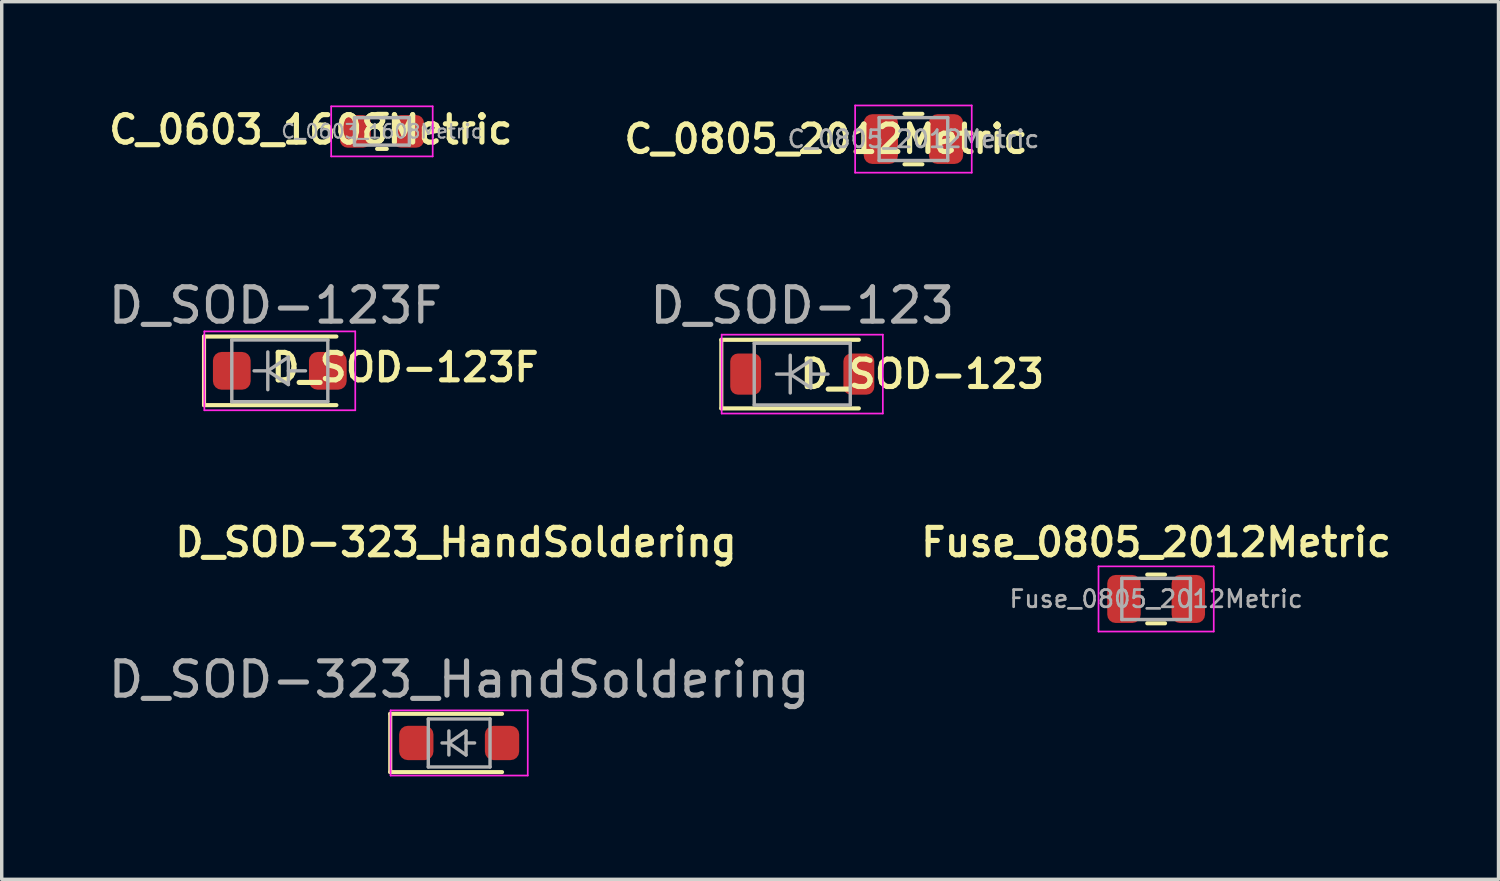
<source format=kicad_pcb>
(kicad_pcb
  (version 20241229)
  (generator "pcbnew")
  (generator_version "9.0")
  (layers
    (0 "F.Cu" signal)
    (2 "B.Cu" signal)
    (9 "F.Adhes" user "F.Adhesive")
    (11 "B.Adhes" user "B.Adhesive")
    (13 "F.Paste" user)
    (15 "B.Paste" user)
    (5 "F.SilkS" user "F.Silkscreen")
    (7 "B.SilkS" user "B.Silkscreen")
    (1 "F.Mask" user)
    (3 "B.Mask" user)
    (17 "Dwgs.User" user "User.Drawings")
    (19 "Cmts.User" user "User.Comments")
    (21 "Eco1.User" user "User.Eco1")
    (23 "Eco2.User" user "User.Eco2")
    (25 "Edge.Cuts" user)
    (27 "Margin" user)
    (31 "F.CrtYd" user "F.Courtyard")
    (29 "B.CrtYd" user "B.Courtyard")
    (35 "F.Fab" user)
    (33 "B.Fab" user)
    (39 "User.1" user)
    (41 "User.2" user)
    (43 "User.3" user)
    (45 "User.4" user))
  (footprint "C_0805_2012Metric"
    (layer "F.Cu")
    (at 23.585 1.005)
    (property "Reference" "C_0805_2012Metric" (at -2.55 0 0) (layer "F.SilkS") (effects (font (size 0.8 0.8) (thickness 0.15))))
    (attr smd)
    (fp_line (start -0.261 -0.735) (end 0.261 -0.735) (stroke (width 0.12) (type solid)) (layer "F.SilkS"))
    (fp_line (start -0.261 0.735) (end 0.261 0.735) (stroke (width 0.12) (type solid)) (layer "F.SilkS"))
    (fp_line (start -1.7 -0.98) (end 1.7 -0.98) (stroke (width 0.05) (type solid)) (layer "F.CrtYd"))
    (fp_line (start -1.7 0.98) (end -1.7 -0.98) (stroke (width 0.05) (type solid)) (layer "F.CrtYd"))
    (fp_line (start 1.7 -0.98) (end 1.7 0.98) (stroke (width 0.05) (type solid)) (layer "F.CrtYd"))
    (fp_line (start 1.7 0.98) (end -1.7 0.98) (stroke (width 0.05) (type solid)) (layer "F.CrtYd"))
    (fp_line (start -1 -0.625) (end 1 -0.625) (stroke (width 0.1) (type solid)) (layer "F.Fab"))
    (fp_line (start -1 0.625) (end -1 -0.625) (stroke (width 0.1) (type solid)) (layer "F.Fab"))
    (fp_line (start 1 -0.625) (end 1 0.625) (stroke (width 0.1) (type solid)) (layer "F.Fab"))
    (fp_line (start 1 0.625) (end -1 0.625) (stroke (width 0.1) (type solid)) (layer "F.Fab"))
    (fp_text user "${REFERENCE}" (at 0 0 0) (layer "F.Fab") (effects (font (size 0.5 0.5) (thickness 0.08))))
    (pad "1" smd roundrect (at -0.95 0) (size 1 1.45) (layers "F.Cu" "F.Mask" "F.Paste") (roundrect_rratio 0.25))
    (pad "2" smd roundrect (at 0.95 0) (size 1 1.45) (layers "F.Cu" "F.Mask" "F.Paste") (roundrect_rratio 0.25)))
  (footprint "C_0603_1608Metric"
    (layer "F.Cu")
    (at 8.087 0.781)
    (property "Reference" "C_0603_1608Metric" (at -2.075 -0.05 0) (layer "F.SilkS") (effects (font (size 0.8 0.8) (thickness 0.15))))
    (attr smd)
    (fp_line (start -0.141 -0.51) (end 0.141 -0.51) (stroke (width 0.12) (type solid)) (layer "F.SilkS"))
    (fp_line (start -0.141 0.51) (end 0.141 0.51) (stroke (width 0.12) (type solid)) (layer "F.SilkS"))
    (fp_line (start -1.48 -0.73) (end 1.48 -0.73) (stroke (width 0.05) (type solid)) (layer "F.CrtYd"))
    (fp_line (start -1.48 0.73) (end -1.48 -0.73) (stroke (width 0.05) (type solid)) (layer "F.CrtYd"))
    (fp_line (start 1.48 -0.73) (end 1.48 0.73) (stroke (width 0.05) (type solid)) (layer "F.CrtYd"))
    (fp_line (start 1.48 0.73) (end -1.48 0.73) (stroke (width 0.05) (type solid)) (layer "F.CrtYd"))
    (fp_line (start -0.8 -0.4) (end 0.8 -0.4) (stroke (width 0.1) (type solid)) (layer "F.Fab"))
    (fp_line (start -0.8 0.4) (end -0.8 -0.4) (stroke (width 0.1) (type solid)) (layer "F.Fab"))
    (fp_line (start 0.8 -0.4) (end 0.8 0.4) (stroke (width 0.1) (type solid)) (layer "F.Fab"))
    (fp_line (start 0.8 0.4) (end -0.8 0.4) (stroke (width 0.1) (type solid)) (layer "F.Fab"))
    (fp_text user "${REFERENCE}" (at 0 0 0) (layer "F.Fab") (effects (font (size 0.4 0.4) (thickness 0.06))))
    (pad "1" smd roundrect (at -0.775 0) (size 0.9 0.95) (layers "F.Cu" "F.Mask" "F.Paste") (roundrect_rratio 0.25))
    (pad "2" smd roundrect (at 0.775 0) (size 0.9 0.95) (layers "F.Cu" "F.Mask" "F.Paste") (roundrect_rratio 0.25)))
  (footprint "D_SOD-323_HandSoldering"
    (layer "F.Cu")
    (at 10.339 18.614)
    (property "Reference" "D_SOD-323_HandSoldering" (at -0.092 -5.85 0) (layer "F.SilkS") (effects (font (size 0.8 0.8) (thickness 0.15))))
    (attr smd)
    (fp_line (start -2.01 -0.85) (end -2.01 0.85) (stroke (width 0.12) (type solid)) (layer "F.SilkS"))
    (fp_line (start -2.01 -0.85) (end 1.25 -0.85) (stroke (width 0.12) (type solid)) (layer "F.SilkS"))
    (fp_line (start -2.01 0.85) (end 1.25 0.85) (stroke (width 0.12) (type solid)) (layer "F.SilkS"))
    (fp_line (start -2 -0.95) (end -2 0.95) (stroke (width 0.05) (type solid)) (layer "F.CrtYd"))
    (fp_line (start -2 -0.95) (end 2 -0.95) (stroke (width 0.05) (type solid)) (layer "F.CrtYd"))
    (fp_line (start -2 0.95) (end 2 0.95) (stroke (width 0.05) (type solid)) (layer "F.CrtYd"))
    (fp_line (start 2 -0.95) (end 2 0.95) (stroke (width 0.05) (type solid)) (layer "F.CrtYd"))
    (fp_line (start -0.9 -0.7) (end 0.9 -0.7) (stroke (width 0.1) (type solid)) (layer "F.Fab"))
    (fp_line (start -0.9 0.7) (end -0.9 -0.7) (stroke (width 0.1) (type solid)) (layer "F.Fab"))
    (fp_line (start -0.3 -0.35) (end -0.3 0.35) (stroke (width 0.1) (type solid)) (layer "F.Fab"))
    (fp_line (start -0.3 0) (end -0.5 0) (stroke (width 0.1) (type solid)) (layer "F.Fab"))
    (fp_line (start -0.3 0) (end 0.2 -0.35) (stroke (width 0.1) (type solid)) (layer "F.Fab"))
    (fp_line (start 0.2 -0.35) (end 0.2 0.35) (stroke (width 0.1) (type solid)) (layer "F.Fab"))
    (fp_line (start 0.2 0) (end 0.45 0) (stroke (width 0.1) (type solid)) (layer "F.Fab"))
    (fp_line (start 0.2 0.35) (end -0.3 0) (stroke (width 0.1) (type solid)) (layer "F.Fab"))
    (fp_line (start 0.9 -0.7) (end 0.9 0.7) (stroke (width 0.1) (type solid)) (layer "F.Fab"))
    (fp_line (start 0.9 0.7) (end -0.9 0.7) (stroke (width 0.1) (type solid)) (layer "F.Fab"))
    (fp_text user "${REFERENCE}" (at 0 -1.85 0) (layer "F.Fab") (effects (font (size 1 1) (thickness 0.15))))
    (pad "1" smd roundrect (at -1.25 0) (size 1 1) (layers "F.Cu" "F.Mask" "F.Paste") (roundrect_rratio 0.25))
    (pad "2" smd roundrect (at 1.25 0) (size 1 1) (layers "F.Cu" "F.Mask" "F.Paste") (roundrect_rratio 0.25)))
  (footprint "Fuse_0805_2012Metric"
    (layer "F.Cu")
    (at 30.662 14.415)
    (property "Reference" "Fuse_0805_2012Metric" (at 0 -1.65 0) (layer "F.SilkS") (effects (font (size 0.8 0.8) (thickness 0.15))))
    (attr smd)
    (fp_line (start -0.259 -0.71) (end 0.259 -0.71) (stroke (width 0.12) (type solid)) (layer "F.SilkS"))
    (fp_line (start -0.259 0.71) (end 0.259 0.71) (stroke (width 0.12) (type solid)) (layer "F.SilkS"))
    (fp_line (start -1.68 -0.95) (end 1.68 -0.95) (stroke (width 0.05) (type solid)) (layer "F.CrtYd"))
    (fp_line (start -1.68 0.95) (end -1.68 -0.95) (stroke (width 0.05) (type solid)) (layer "F.CrtYd"))
    (fp_line (start 1.68 -0.95) (end 1.68 0.95) (stroke (width 0.05) (type solid)) (layer "F.CrtYd"))
    (fp_line (start 1.68 0.95) (end -1.68 0.95) (stroke (width 0.05) (type solid)) (layer "F.CrtYd"))
    (fp_line (start -1 -0.6) (end 1 -0.6) (stroke (width 0.1) (type solid)) (layer "F.Fab"))
    (fp_line (start -1 0.6) (end -1 -0.6) (stroke (width 0.1) (type solid)) (layer "F.Fab"))
    (fp_line (start 1 -0.6) (end 1 0.6) (stroke (width 0.1) (type solid)) (layer "F.Fab"))
    (fp_line (start 1 0.6) (end -1 0.6) (stroke (width 0.1) (type solid)) (layer "F.Fab"))
    (fp_text user "${REFERENCE}" (at 0 0 0) (layer "F.Fab") (effects (font (size 0.5 0.5) (thickness 0.08))))
    (pad "1" smd roundrect (at -0.938 0) (size 0.975 1.4) (layers "F.Cu" "F.Mask" "F.Paste") (roundrect_rratio 0.25))
    (pad "2" smd roundrect (at 0.938 0) (size 0.975 1.4) (layers "F.Cu" "F.Mask" "F.Paste") (roundrect_rratio 0.25)))
  (footprint "D_SOD-123"
    (layer "F.Cu")
    (at 20.343 7.858)
    (property "Reference" "D_SOD-123" (at 3.5 0 0) (layer "F.SilkS") (effects (font (size 0.8 0.8) (thickness 0.15))))
    (attr smd)
    (fp_line (start -2.36 -1) (end -2.36 1) (stroke (width 0.12) (type solid)) (layer "F.SilkS"))
    (fp_line (start -2.36 -1) (end 1.65 -1) (stroke (width 0.12) (type solid)) (layer "F.SilkS"))
    (fp_line (start -2.36 1) (end 1.65 1) (stroke (width 0.12) (type solid)) (layer "F.SilkS"))
    (fp_line (start -2.35 -1.15) (end -2.35 1.15) (stroke (width 0.05) (type solid)) (layer "F.CrtYd"))
    (fp_line (start -2.35 -1.15) (end 2.35 -1.15) (stroke (width 0.05) (type solid)) (layer "F.CrtYd"))
    (fp_line (start 2.35 -1.15) (end 2.35 1.15) (stroke (width 0.05) (type solid)) (layer "F.CrtYd"))
    (fp_line (start 2.35 1.15) (end -2.35 1.15) (stroke (width 0.05) (type solid)) (layer "F.CrtYd"))
    (fp_line (start -1.4 -0.9) (end 1.4 -0.9) (stroke (width 0.1) (type solid)) (layer "F.Fab"))
    (fp_line (start -1.4 0.9) (end -1.4 -0.9) (stroke (width 0.1) (type solid)) (layer "F.Fab"))
    (fp_line (start -0.75 0) (end -0.35 0) (stroke (width 0.1) (type solid)) (layer "F.Fab"))
    (fp_line (start -0.35 0) (end -0.35 -0.55) (stroke (width 0.1) (type solid)) (layer "F.Fab"))
    (fp_line (start -0.35 0) (end -0.35 0.55) (stroke (width 0.1) (type solid)) (layer "F.Fab"))
    (fp_line (start -0.35 0) (end 0.25 -0.4) (stroke (width 0.1) (type solid)) (layer "F.Fab"))
    (fp_line (start 0.25 -0.4) (end 0.25 0.4) (stroke (width 0.1) (type solid)) (layer "F.Fab"))
    (fp_line (start 0.25 0) (end 0.75 0) (stroke (width 0.1) (type solid)) (layer "F.Fab"))
    (fp_line (start 0.25 0.4) (end -0.35 0) (stroke (width 0.1) (type solid)) (layer "F.Fab"))
    (fp_line (start 1.4 -0.9) (end 1.4 0.9) (stroke (width 0.1) (type solid)) (layer "F.Fab"))
    (fp_line (start 1.4 0.9) (end -1.4 0.9) (stroke (width 0.1) (type solid)) (layer "F.Fab"))
    (fp_text user "${REFERENCE}" (at 0 -2 0) (layer "F.Fab") (effects (font (size 1 1) (thickness 0.15))))
    (pad "1" smd roundrect (at -1.65 0) (size 0.9 1.2) (layers "F.Cu" "F.Mask" "F.Paste") (roundrect_rratio 0.25))
    (pad "2" smd roundrect (at 1.65 0) (size 0.9 1.2) (layers "F.Cu" "F.Mask" "F.Paste") (roundrect_rratio 0.25)))
  (footprint "D_SOD-123F"
    (layer "F.Cu")
    (at 5.109 7.763)
    (property "Reference" "D_SOD-123F" (at 3.65 -0.1 0) (layer "F.SilkS") (effects (font (size 0.8 0.8) (thickness 0.15))))
    (attr smd)
    (fp_line (start -2.21 -1) (end -2.21 1) (stroke (width 0.12) (type solid)) (layer "F.SilkS"))
    (fp_line (start -2.21 -1) (end 1.65 -1) (stroke (width 0.12) (type solid)) (layer "F.SilkS"))
    (fp_line (start -2.21 1) (end 1.65 1) (stroke (width 0.12) (type solid)) (layer "F.SilkS"))
    (fp_line (start -2.2 -1.15) (end -2.2 1.15) (stroke (width 0.05) (type solid)) (layer "F.CrtYd"))
    (fp_line (start -2.2 -1.15) (end 2.2 -1.15) (stroke (width 0.05) (type solid)) (layer "F.CrtYd"))
    (fp_line (start 2.2 -1.15) (end 2.2 1.15) (stroke (width 0.05) (type solid)) (layer "F.CrtYd"))
    (fp_line (start 2.2 1.15) (end -2.2 1.15) (stroke (width 0.05) (type solid)) (layer "F.CrtYd"))
    (fp_line (start -1.4 -0.9) (end 1.4 -0.9) (stroke (width 0.1) (type solid)) (layer "F.Fab"))
    (fp_line (start -1.4 0.9) (end -1.4 -0.9) (stroke (width 0.1) (type solid)) (layer "F.Fab"))
    (fp_line (start -0.75 0) (end -0.35 0) (stroke (width 0.1) (type solid)) (layer "F.Fab"))
    (fp_line (start -0.35 0) (end -0.35 -0.55) (stroke (width 0.1) (type solid)) (layer "F.Fab"))
    (fp_line (start -0.35 0) (end -0.35 0.55) (stroke (width 0.1) (type solid)) (layer "F.Fab"))
    (fp_line (start -0.35 0) (end 0.25 -0.4) (stroke (width 0.1) (type solid)) (layer "F.Fab"))
    (fp_line (start 0.25 -0.4) (end 0.25 0.4) (stroke (width 0.1) (type solid)) (layer "F.Fab"))
    (fp_line (start 0.25 0) (end 0.75 0) (stroke (width 0.1) (type solid)) (layer "F.Fab"))
    (fp_line (start 0.25 0.4) (end -0.35 0) (stroke (width 0.1) (type solid)) (layer "F.Fab"))
    (fp_line (start 1.4 -0.9) (end 1.4 0.9) (stroke (width 0.1) (type solid)) (layer "F.Fab"))
    (fp_line (start 1.4 0.9) (end -1.4 0.9) (stroke (width 0.1) (type solid)) (layer "F.Fab"))
    (fp_text user "${REFERENCE}" (at -0.127 -1.905 0) (layer "F.Fab") (effects (font (size 1 1) (thickness 0.15))))
    (pad "1" smd roundrect (at -1.4 0) (size 1.1 1.1) (layers "F.Cu" "F.Mask" "F.Paste") (roundrect_rratio 0.227))
    (pad "2" smd roundrect (at 1.4 0) (size 1.1 1.1) (layers "F.Cu" "F.Mask" "F.Paste") (roundrect_rratio 0.227)))
  (gr_rect
    (start -3 -3)
    (end 40.645 22.59)
    (stroke (width 0.1) (type default))
    (fill no)
    (layer "Edge.Cuts")))
</source>
